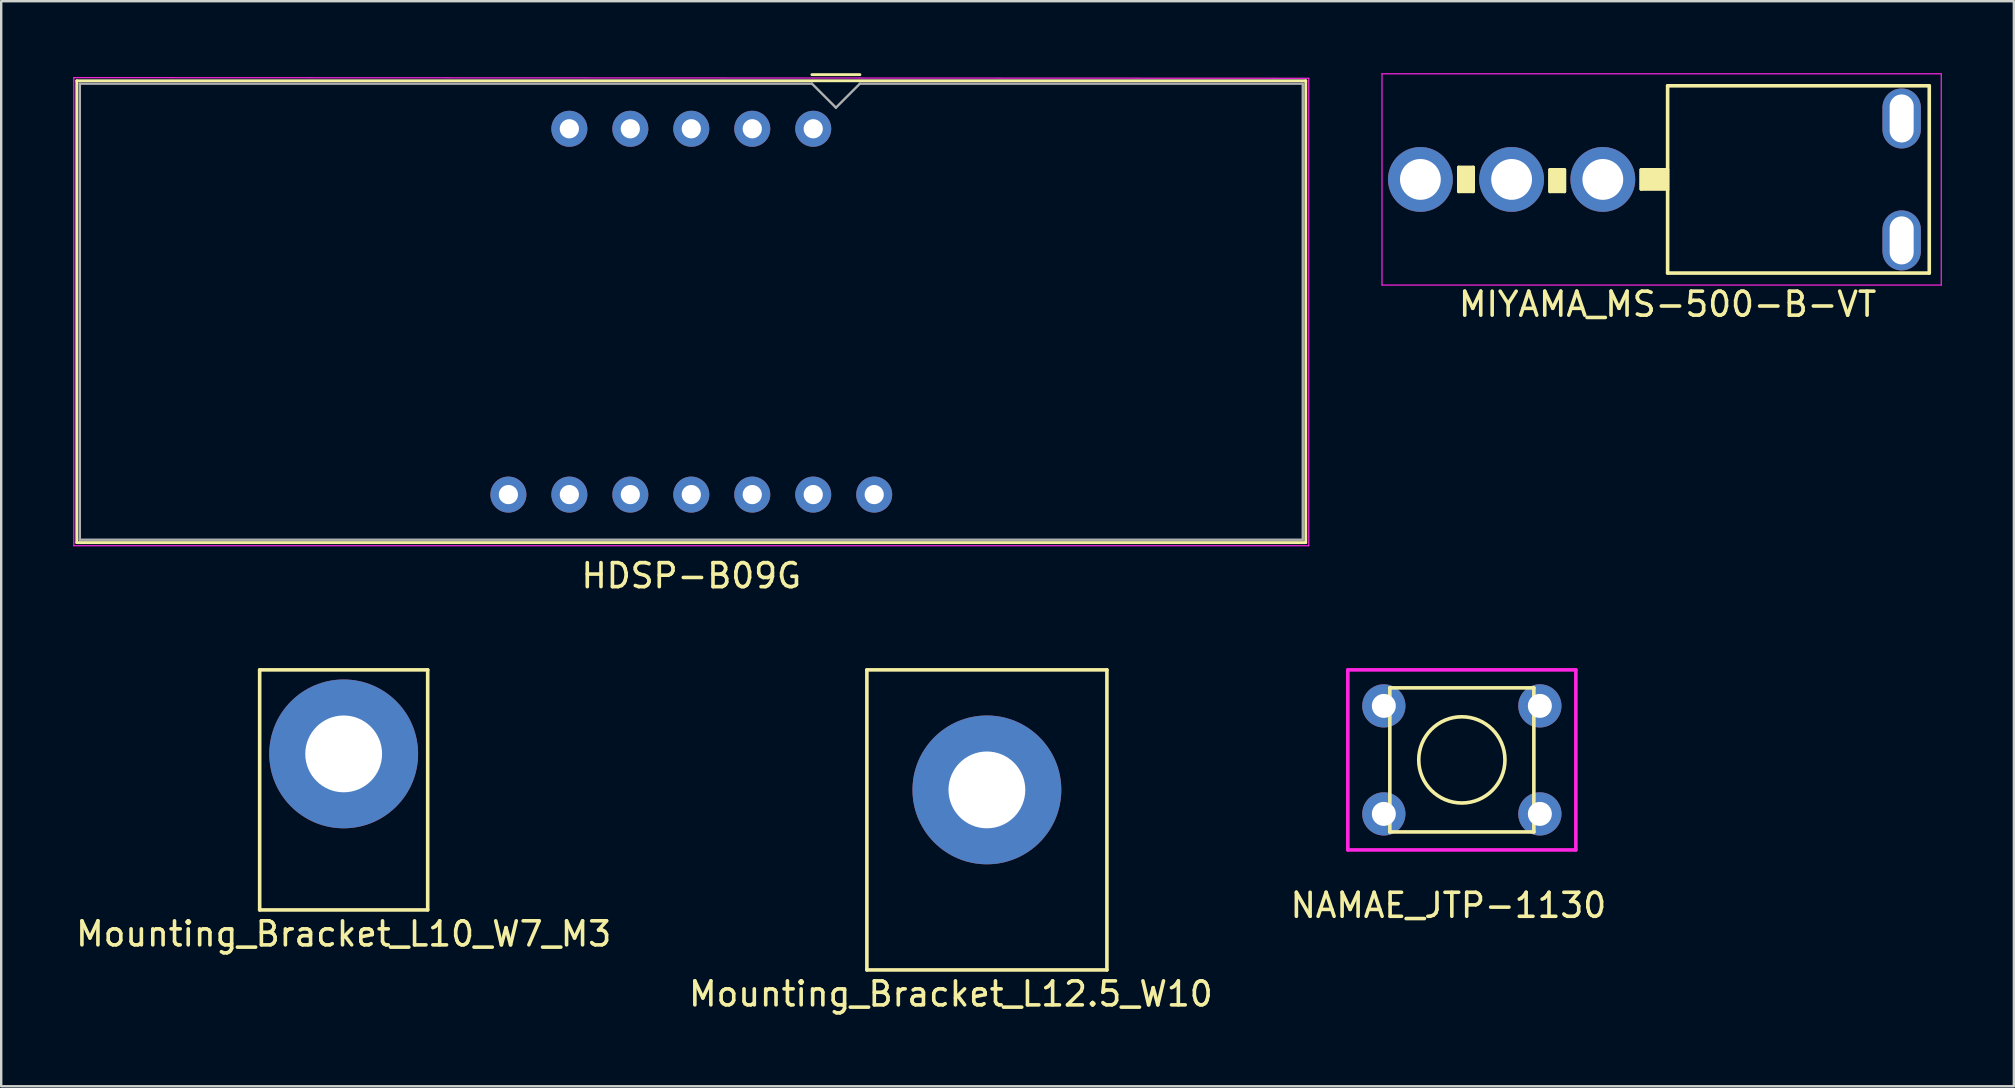
<source format=kicad_pcb>
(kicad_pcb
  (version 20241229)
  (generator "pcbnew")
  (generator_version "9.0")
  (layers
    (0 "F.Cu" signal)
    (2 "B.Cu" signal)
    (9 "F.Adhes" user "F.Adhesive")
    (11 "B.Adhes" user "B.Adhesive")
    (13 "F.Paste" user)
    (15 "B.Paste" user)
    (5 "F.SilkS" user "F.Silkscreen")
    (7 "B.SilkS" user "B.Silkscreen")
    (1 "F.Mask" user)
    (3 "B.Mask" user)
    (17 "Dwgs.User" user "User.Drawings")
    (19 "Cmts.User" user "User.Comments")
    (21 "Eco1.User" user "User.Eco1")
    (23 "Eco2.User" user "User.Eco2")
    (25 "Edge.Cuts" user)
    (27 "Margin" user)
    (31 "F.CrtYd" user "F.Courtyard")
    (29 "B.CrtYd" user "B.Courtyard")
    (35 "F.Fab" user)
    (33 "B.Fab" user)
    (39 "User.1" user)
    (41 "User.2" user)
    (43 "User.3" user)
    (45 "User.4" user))
  (footprint "NAMAE_JTP-1130"
    (layer "F.Cu")
    (at 61.102 30.858)
    (property "Reference" "NAMAE_JTP-1130" (at -3.81 3.81 0) (layer "F.SilkS") (effects (font (size 1 1) (thickness 0.15))))
    (attr through_hole)
    (fp_line (start -6.25 -5.25) (end -6.25 0.75) (stroke (width 0.15) (type solid)) (layer "F.SilkS"))
    (fp_line (start -6.25 -5.25) (end -0.25 -5.25) (stroke (width 0.15) (type solid)) (layer "F.SilkS"))
    (fp_line (start -6.25 0.75) (end -0.25 0.75) (stroke (width 0.15) (type solid)) (layer "F.SilkS"))
    (fp_line (start -0.25 -5.25) (end -0.25 0.75) (stroke (width 0.15) (type solid)) (layer "F.SilkS"))
    (fp_circle (center -3.25 -2.25) (end -1.98 -0.98) (stroke (width 0.15) (type solid)) (fill no) (layer "F.SilkS"))
    (fp_line (start -8 -6) (end -8 1.5) (stroke (width 0.15) (type solid)) (layer "F.CrtYd"))
    (fp_line (start -8 -6) (end 1.5 -6) (stroke (width 0.15) (type solid)) (layer "F.CrtYd"))
    (fp_line (start -8 1.5) (end 1.5 1.5) (stroke (width 0.15) (type solid)) (layer "F.CrtYd"))
    (fp_line (start 1.5 1.5) (end 1.5 -6) (stroke (width 0.15) (type solid)) (layer "F.CrtYd"))
    (pad "1" thru_hole circle (at 0 0) (size 1.8 1.8) (drill 1) (layers "*.Cu" "*.Mask"))
    (pad "2" thru_hole circle (at -6.5 0) (size 1.8 1.8) (drill 1) (layers "*.Cu" "*.Mask"))
    (pad "3" thru_hole circle (at 0 -4.5) (size 1.8 1.8) (drill 1) (layers "*.Cu" "*.Mask"))
    (pad "4" thru_hole circle (at -6.5 -4.5) (size 1.8 1.8) (drill 1) (layers "*.Cu" "*.Mask")))
  (footprint "MIYAMA_MS-500-B-VT"
    (layer "F.Cu")
    (at 66.425 8.325)
    (property "Reference" "MIYAMA_MS-500-B-VT" (at 0 1.3 0) (layer "F.SilkS") (effects (font (size 1 1) (thickness 0.15))))
    (attr through_hole)
    (fp_line (start -8.7 -4.4) (end -8.7 -3.4) (stroke (width 0.15) (type solid)) (layer "F.SilkS"))
    (fp_line (start -8.7 -4.4) (end -8.1 -4.4) (stroke (width 0.15) (type solid)) (layer "F.SilkS"))
    (fp_line (start -8.7 -4.3) (end -8.1 -4.3) (stroke (width 0.15) (type solid)) (layer "F.SilkS"))
    (fp_line (start -8.7 -4.2) (end -8.1 -4.2) (stroke (width 0.15) (type solid)) (layer "F.SilkS"))
    (fp_line (start -8.7 -4.1) (end -8.1 -4.1) (stroke (width 0.15) (type solid)) (layer "F.SilkS"))
    (fp_line (start -8.7 -4) (end -8.1 -4) (stroke (width 0.15) (type solid)) (layer "F.SilkS"))
    (fp_line (start -8.7 -3.9) (end -8.1 -3.9) (stroke (width 0.15) (type solid)) (layer "F.SilkS"))
    (fp_line (start -8.7 -3.8) (end -8.1 -3.8) (stroke (width 0.15) (type solid)) (layer "F.SilkS"))
    (fp_line (start -8.7 -3.7) (end -8.1 -3.7) (stroke (width 0.15) (type solid)) (layer "F.SilkS"))
    (fp_line (start -8.7 -3.6) (end -8.1 -3.6) (stroke (width 0.15) (type solid)) (layer "F.SilkS"))
    (fp_line (start -8.7 -3.5) (end -8.1 -3.5) (stroke (width 0.15) (type solid)) (layer "F.SilkS"))
    (fp_line (start -8.7 -3.4) (end -8.1 -3.4) (stroke (width 0.15) (type solid)) (layer "F.SilkS"))
    (fp_line (start -8.1 -4.4) (end -8.1 -3.4) (stroke (width 0.15) (type solid)) (layer "F.SilkS"))
    (fp_line (start -4.9 -4.3) (end -4.9 -3.4) (stroke (width 0.15) (type solid)) (layer "F.SilkS"))
    (fp_line (start -4.9 -4.3) (end -4.3 -4.3) (stroke (width 0.15) (type solid)) (layer "F.SilkS"))
    (fp_line (start -4.9 -4.2) (end -4.3 -4.2) (stroke (width 0.15) (type solid)) (layer "F.SilkS"))
    (fp_line (start -4.9 -4.1) (end -4.3 -4.1) (stroke (width 0.15) (type solid)) (layer "F.SilkS"))
    (fp_line (start -4.9 -4) (end -4.3 -4) (stroke (width 0.15) (type solid)) (layer "F.SilkS"))
    (fp_line (start -4.9 -3.9) (end -4.3 -3.9) (stroke (width 0.15) (type solid)) (layer "F.SilkS"))
    (fp_line (start -4.9 -3.8) (end -4.3 -3.8) (stroke (width 0.15) (type solid)) (layer "F.SilkS"))
    (fp_line (start -4.9 -3.7) (end -4.3 -3.7) (stroke (width 0.15) (type solid)) (layer "F.SilkS"))
    (fp_line (start -4.9 -3.6) (end -4.3 -3.6) (stroke (width 0.15) (type solid)) (layer "F.SilkS"))
    (fp_line (start -4.9 -3.5) (end -4.3 -3.5) (stroke (width 0.15) (type solid)) (layer "F.SilkS"))
    (fp_line (start -4.9 -3.4) (end -4.3 -3.4) (stroke (width 0.15) (type solid)) (layer "F.SilkS"))
    (fp_line (start -4.3 -4.3) (end -4.3 -3.4) (stroke (width 0.15) (type solid)) (layer "F.SilkS"))
    (fp_line (start -1.1 -4.3) (end -1.1 -3.5) (stroke (width 0.15) (type solid)) (layer "F.SilkS"))
    (fp_line (start -1.1 -4.3) (end 0 -4.3) (stroke (width 0.15) (type solid)) (layer "F.SilkS"))
    (fp_line (start -1.1 -4.2) (end 0 -4.2) (stroke (width 0.15) (type solid)) (layer "F.SilkS"))
    (fp_line (start -1.1 -4.1) (end 0 -4.1) (stroke (width 0.15) (type solid)) (layer "F.SilkS"))
    (fp_line (start -1.1 -4) (end 0 -4) (stroke (width 0.15) (type solid)) (layer "F.SilkS"))
    (fp_line (start -1.1 -3.9) (end 0 -3.9) (stroke (width 0.15) (type solid)) (layer "F.SilkS"))
    (fp_line (start -1.1 -3.8) (end 0 -3.8) (stroke (width 0.15) (type solid)) (layer "F.SilkS"))
    (fp_line (start -1.1 -3.7) (end 0 -3.7) (stroke (width 0.15) (type solid)) (layer "F.SilkS"))
    (fp_line (start -1.1 -3.6) (end 0 -3.6) (stroke (width 0.15) (type solid)) (layer "F.SilkS"))
    (fp_line (start -1.1 -3.5) (end 0 -3.5) (stroke (width 0.15) (type solid)) (layer "F.SilkS"))
    (fp_line (start 0 -7.8) (end 0 0) (stroke (width 0.15) (type solid)) (layer "F.SilkS"))
    (fp_line (start 0 -7.8) (end 10.9 -7.8) (stroke (width 0.15) (type solid)) (layer "F.SilkS"))
    (fp_line (start 0 0) (end 10.9 0) (stroke (width 0.15) (type solid)) (layer "F.SilkS"))
    (fp_line (start 10.9 -7.8) (end 10.9 0) (stroke (width 0.15) (type solid)) (layer "F.SilkS"))
    (fp_line (start -11.9 -8.3) (end -11.9 0.5) (stroke (width 0.05) (type solid)) (layer "F.CrtYd"))
    (fp_line (start -11.9 -8.3) (end 11.4 -8.3) (stroke (width 0.05) (type solid)) (layer "F.CrtYd"))
    (fp_line (start -11.9 0.5) (end 11.4 0.5) (stroke (width 0.05) (type solid)) (layer "F.CrtYd"))
    (fp_line (start 11.4 -8.3) (end 11.4 0.5) (stroke (width 0.05) (type solid)) (layer "F.CrtYd"))
    (pad "" np_thru_hole oval (at 9.75 -6.44) (size 1.6 2.5) (drill oval 1 2) (layers "*.Cu" "*.Mask"))
    (pad "" np_thru_hole oval (at 9.75 -1.36) (size 1.6 2.5) (drill oval 1 2) (layers "*.Cu" "*.Mask"))
    (pad "1" thru_hole circle (at -10.3 -3.9) (size 2.7 2.7) (drill 1.7) (layers "*.Cu" "*.Mask"))
    (pad "2" thru_hole circle (at -6.5 -3.9) (size 2.7 2.7) (drill 1.7) (layers "*.Cu" "*.Mask"))
    (pad "3" thru_hole circle (at -2.7 -3.9) (size 2.7 2.7) (drill 1.7) (layers "*.Cu" "*.Mask")))
  (footprint "Mounting_Bracket_L12.5_W10"
    (layer "F.Cu")
    (at 33.065 37.358)
    (property "Reference" "Mounting_Bracket_L12.5_W10" (at 3.5 1 0) (layer "F.SilkS") (effects (font (size 1 1) (thickness 0.15))))
    (attr through_hole)
    (fp_line (start 0 -12.5) (end 10 -12.5) (stroke (width 0.15) (type solid)) (layer "F.SilkS"))
    (fp_line (start 0 0) (end 0 -12.5) (stroke (width 0.15) (type solid)) (layer "F.SilkS"))
    (fp_line (start 10 -12.5) (end 10 0) (stroke (width 0.15) (type solid)) (layer "F.SilkS"))
    (fp_line (start 10 0) (end 0 0) (stroke (width 0.15) (type solid)) (layer "F.SilkS"))
    (pad "" np_thru_hole circle (at 5 -7.5) (size 6.2 6.2) (drill 3.2) (layers "*.Cu" "*.Mask")))
  (footprint "Mounting_Bracket_L10_W7_M3"
    (layer "F.Cu")
    (at 7.768 34.858)
    (property "Reference" "Mounting_Bracket_L10_W7_M3" (at 3.5 1 0) (layer "F.SilkS") (effects (font (size 1 1) (thickness 0.15))))
    (attr through_hole)
    (fp_line (start 0 -10) (end 7 -10) (stroke (width 0.15) (type solid)) (layer "F.SilkS"))
    (fp_line (start 0 0) (end 0 -10) (stroke (width 0.15) (type solid)) (layer "F.SilkS"))
    (fp_line (start 7 -10) (end 7 0) (stroke (width 0.15) (type solid)) (layer "F.SilkS"))
    (fp_line (start 7 0) (end 0 0) (stroke (width 0.15) (type solid)) (layer "F.SilkS"))
    (pad "" np_thru_hole circle (at 3.5 -6.5) (size 6.2 6.2) (drill 3.2) (layers "*.Cu" "*.Mask")))
  (footprint "HDSP-B09G"
    (layer "F.Cu")
    (at 25.75 9.935)
    (property "Reference" "HDSP-B09G" (at 0 11 0) (layer "F.SilkS") (effects (font (size 1 1) (thickness 0.15))))
    (attr through_hole)
    (fp_line (start -25.6 -9.62) (end -25.6 9.62) (stroke (width 0.12) (type solid)) (layer "F.SilkS"))
    (fp_line (start 7.025 -9.875) (end 5.025 -9.875) (stroke (width 0.12) (type solid)) (layer "F.SilkS"))
    (fp_line (start 25.6 -9.62) (end -25.6 -9.62) (stroke (width 0.12) (type solid)) (layer "F.SilkS"))
    (fp_line (start 25.6 -9.62) (end 25.6 9.62) (stroke (width 0.12) (type solid)) (layer "F.SilkS"))
    (fp_line (start 25.6 9.62) (end -25.6 9.62) (stroke (width 0.12) (type solid)) (layer "F.SilkS"))
    (fp_line (start -25.725 -9.75) (end 25.725 -9.725) (stroke (width 0.05) (type solid)) (layer "F.CrtYd"))
    (fp_line (start -25.725 9.75) (end -25.725 -9.75) (stroke (width 0.05) (type solid)) (layer "F.CrtYd"))
    (fp_line (start 25.725 -9.725) (end 25.725 9.75) (stroke (width 0.05) (type solid)) (layer "F.CrtYd"))
    (fp_line (start 25.725 9.75) (end -25.725 9.75) (stroke (width 0.05) (type solid)) (layer "F.CrtYd"))
    (fp_line (start -25.475 -9.5) (end -25.475 9.5) (stroke (width 0.1) (type solid)) (layer "F.Fab"))
    (fp_line (start 5.025 -9.5) (end -25.475 -9.5) (stroke (width 0.1) (type solid)) (layer "F.Fab"))
    (fp_line (start 5.025 -9.5) (end 6.025 -8.5) (stroke (width 0.1) (type solid)) (layer "F.Fab"))
    (fp_line (start 6.025 -8.5) (end 7.025 -9.5) (stroke (width 0.1) (type solid)) (layer "F.Fab"))
    (fp_line (start 7.025 -9.5) (end 25.475 -9.5) (stroke (width 0.1) (type solid)) (layer "F.Fab"))
    (fp_line (start 25.475 -9.5) (end 25.475 9.5) (stroke (width 0.1) (type solid)) (layer "F.Fab"))
    (fp_line (start 25.475 9.5) (end -25.475 9.5) (stroke (width 0.1) (type solid)) (layer "F.Fab"))
    (pad "1" thru_hole circle (at -7.62 7.62) (size 1.5 1.5) (drill 0.8) (layers "*.Cu" "*.Mask"))
    (pad "2" thru_hole circle (at -5.08 7.62) (size 1.5 1.5) (drill 0.8) (layers "*.Cu" "*.Mask"))
    (pad "3" thru_hole circle (at -2.54 7.62) (size 1.5 1.5) (drill 0.8) (layers "*.Cu" "*.Mask"))
    (pad "4" thru_hole circle (at 0 7.62) (size 1.5 1.5) (drill 0.8) (layers "*.Cu" "*.Mask"))
    (pad "5" thru_hole circle (at 2.54 7.62) (size 1.5 1.5) (drill 0.8) (layers "*.Cu" "*.Mask"))
    (pad "6" thru_hole circle (at 5.08 7.62) (size 1.5 1.5) (drill 0.8) (layers "*.Cu" "*.Mask"))
    (pad "7" thru_hole circle (at 7.62 7.62) (size 1.5 1.5) (drill 0.8) (layers "*.Cu" "*.Mask"))
    (pad "8" thru_hole circle (at -5.08 -7.62) (size 1.5 1.5) (drill 0.8) (layers "*.Cu" "*.Mask"))
    (pad "9" thru_hole circle (at -2.54 -7.62) (size 1.5 1.5) (drill 0.8) (layers "*.Cu" "*.Mask"))
    (pad "10" thru_hole circle (at 0 -7.62) (size 1.5 1.5) (drill 0.8) (layers "*.Cu" "*.Mask"))
    (pad "11" thru_hole circle (at 2.54 -7.62) (size 1.5 1.5) (drill 0.8) (layers "*.Cu" "*.Mask"))
    (pad "12" thru_hole circle (at 5.08 -7.62) (size 1.5 1.5) (drill 0.8) (layers "*.Cu" "*.Mask")))
  (gr_rect
    (start -3 -3)
    (end 80.85 42.206)
    (stroke (width 0.1) (type default))
    (fill no)
    (layer "Edge.Cuts")))
</source>
